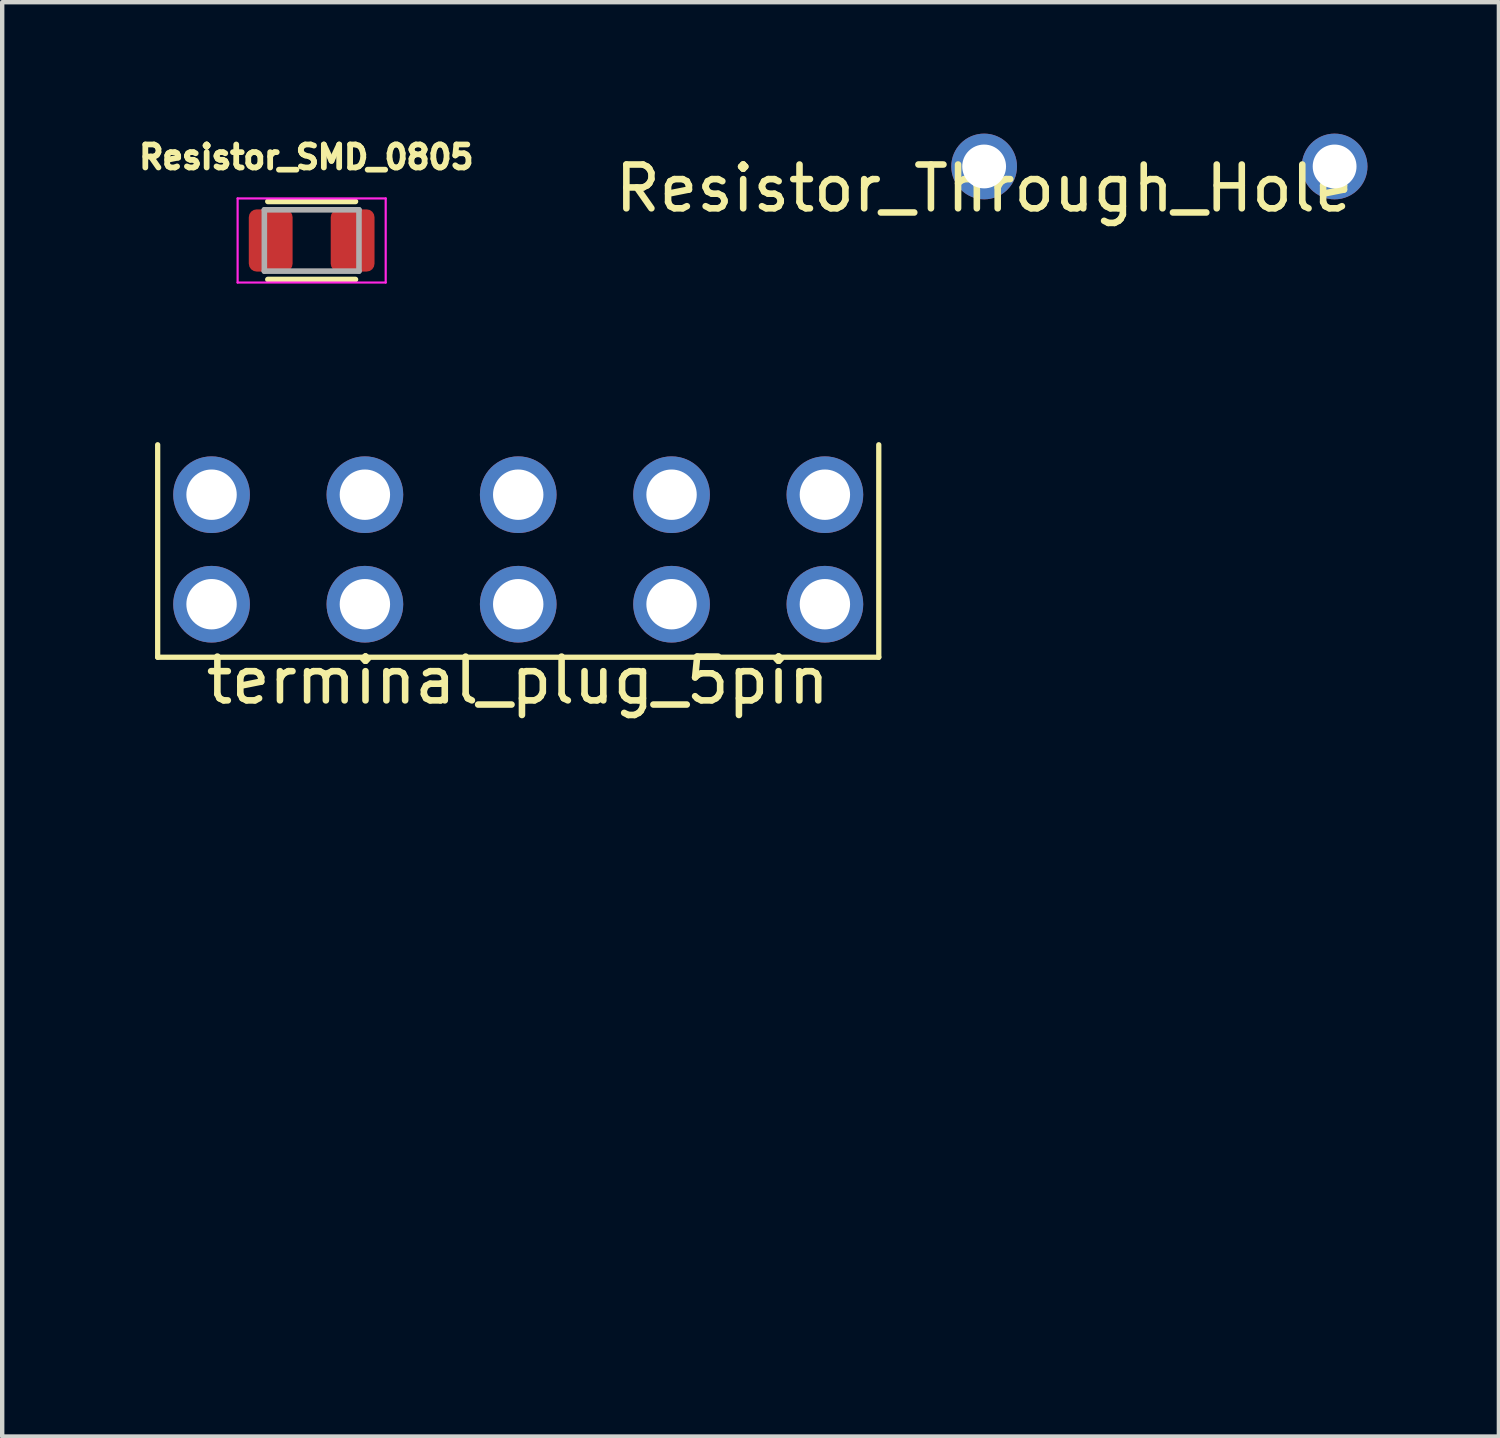
<source format=kicad_pcb>
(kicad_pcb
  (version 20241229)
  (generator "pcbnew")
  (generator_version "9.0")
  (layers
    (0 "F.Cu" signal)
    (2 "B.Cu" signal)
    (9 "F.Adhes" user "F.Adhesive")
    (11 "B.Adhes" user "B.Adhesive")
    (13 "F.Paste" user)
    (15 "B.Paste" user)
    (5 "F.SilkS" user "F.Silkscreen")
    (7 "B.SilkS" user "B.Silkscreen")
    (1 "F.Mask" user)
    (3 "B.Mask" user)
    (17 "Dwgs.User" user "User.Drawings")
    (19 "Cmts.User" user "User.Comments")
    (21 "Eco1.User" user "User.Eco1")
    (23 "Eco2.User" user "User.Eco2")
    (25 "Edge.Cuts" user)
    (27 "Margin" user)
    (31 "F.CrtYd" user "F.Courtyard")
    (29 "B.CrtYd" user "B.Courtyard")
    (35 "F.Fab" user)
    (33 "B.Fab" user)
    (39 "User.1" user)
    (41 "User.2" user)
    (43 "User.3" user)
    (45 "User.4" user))
  (footprint "terminal_plug_5pin"
    (layer "F.Cu")
    (at 8.749 16.582)
    (property "Reference" "terminal_plug_5pin" (at 0.02 -4.1 180) (layer "F.SilkS") (effects (font (size 1 1) (thickness 0.15))))
    (attr through_hole)
    (fp_line (start -8.2 -4.63) (end -8.2 -9.48) (stroke (width 0.12) (type solid)) (layer "F.SilkS"))
    (fp_line (start 8.26 -9.48) (end 8.26 -4.63) (stroke (width 0.12) (type solid)) (layer "F.SilkS"))
    (fp_line (start 8.26 -4.63) (end -8.2 -4.63) (stroke (width 0.12) (type solid)) (layer "F.SilkS"))
    (fp_poly (pts (xy 8.762 10.153) (xy -8.744 10.153) (xy -8.744 9.399) (xy -5.581 9.399) (xy -5.564 9.524) (xy -5.526 9.633) (xy -5.524 9.638) (xy -5.443 9.757) (xy -5.341 9.85) (xy -5.221 9.916) (xy -5.091 9.953) (xy -4.954 9.959) (xy -4.816 9.932) (xy -4.751 9.907) (xy -4.626 9.831) (xy -4.524 9.728) (xy -4.466 9.638) (xy -4.441 9.585) (xy -4.426 9.533) (xy -4.418 9.469) (xy -4.414 9.397) (xy 4.439 9.397) (xy 4.46 9.532) (xy 4.514 9.664) (xy 4.555 9.729) (xy 4.647 9.827) (xy 4.759 9.899) (xy 4.885 9.943) (xy 5.019 9.959) (xy 5.156 9.944) (xy 5.288 9.898) (xy 5.408 9.822) (xy 5.503 9.723) (xy 5.571 9.607) (xy 5.61 9.48) (xy 5.618 9.345) (xy 5.595 9.209) (xy 5.543 9.085) (xy 5.458 8.965) (xy 5.349 8.872) (xy 5.219 8.808) (xy 5.122 8.786) (xy 5.01 8.782) (xy 4.897 8.794) (xy 4.798 8.821) (xy 4.771 8.833) (xy 4.65 8.914) (xy 4.555 9.015) (xy 4.487 9.133) (xy 4.448 9.262) (xy 4.439 9.397) (xy -4.414 9.397) (xy -4.414 9.382) (xy -4.412 9.3) (xy -4.416 9.242) (xy -4.426 9.195) (xy -4.445 9.147) (xy -4.463 9.108) (xy -4.543 8.987) (xy -4.647 8.888) (xy -4.749 8.828) (xy -4.804 8.807) (xy -4.864 8.795) (xy -4.942 8.79) (xy -4.995 8.789) (xy -5.08 8.79) (xy -5.141 8.797) (xy -5.193 8.81) (xy -5.247 8.833) (xy -5.261 8.84) (xy -5.375 8.915) (xy -5.47 9.016) (xy -5.539 9.136) (xy -5.547 9.157) (xy -5.575 9.272) (xy -5.581 9.399) (xy -8.744 9.399) (xy -8.744 6.925) (xy -5.581 6.925) (xy -5.566 7.028) (xy -5.558 7.053) (xy -5.497 7.182) (xy -5.41 7.289) (xy -5.303 7.371) (xy -5.181 7.427) (xy -5.05 7.454) (xy -4.913 7.451) (xy -4.775 7.414) (xy -4.744 7.401) (xy -4.626 7.328) (xy -4.529 7.227) (xy -4.458 7.106) (xy -4.431 7.043) (xy -4.415 6.992) (xy -4.409 6.938) (xy -4.41 6.896) (xy -0.484 6.896) (xy -0.48 6.931) (xy -0.479 6.933) (xy -0.468 6.94) (xy -0.438 6.945) (xy -0.387 6.949) (xy -0.31 6.952) (xy -0.206 6.954) (xy -0.07 6.955) (xy 0.017 6.955) (xy 0.506 6.955) (xy 0.506 6.871) (xy 4.436 6.871) (xy 4.452 7.004) (xy 4.496 7.13) (xy 4.567 7.242) (xy 4.663 7.334) (xy 4.711 7.366) (xy 4.845 7.425) (xy 4.986 7.453) (xy 5.125 7.448) (xy 5.259 7.41) (xy 5.285 7.398) (xy 5.394 7.327) (xy 5.489 7.23) (xy 5.561 7.118) (xy 5.581 7.072) (xy 5.614 6.936) (xy 5.614 6.796) (xy 5.582 6.66) (xy 5.521 6.534) (xy 5.444 6.439) (xy 5.34 6.359) (xy 5.217 6.305) (xy 5.084 6.278) (xy 4.949 6.279) (xy 4.821 6.31) (xy 4.787 6.325) (xy 4.669 6.393) (xy 4.578 6.476) (xy 4.507 6.583) (xy 4.496 6.604) (xy 4.45 6.736) (xy 4.436 6.871) (xy 0.506 6.871) (xy 0.506 6.774) (xy -0.478 6.784) (xy -0.483 6.847) (xy -0.484 6.896) (xy -4.41 6.896) (xy -4.41 6.867) (xy -4.411 6.842) (xy -4.433 6.692) (xy -4.484 6.562) (xy -4.565 6.453) (xy -4.676 6.365) (xy -4.749 6.326) (xy -4.813 6.299) (xy -4.874 6.284) (xy -4.947 6.278) (xy -4.995 6.278) (xy -5.081 6.28) (xy -5.146 6.29) (xy -5.207 6.31) (xy -5.242 6.326) (xy -5.363 6.401) (xy -5.464 6.501) (xy -5.529 6.604) (xy -5.561 6.698) (xy -5.579 6.81) (xy -5.581 6.925) (xy -8.744 6.925) (xy -8.744 3.74) (xy -7.985 3.74) (xy -7.985 5.727) (xy -6.738 5.727) (xy -6.738 3.74) (xy 6.775 3.74) (xy 6.775 5.727) (xy 7.393 5.722) (xy 8.012 5.718) (xy 8.017 4.769) (xy 8.018 4.586) (xy 8.018 4.414) (xy 8.018 4.254) (xy 8.018 4.112) (xy 8.017 3.991) (xy 8.016 3.894) (xy 8.015 3.824) (xy 8.013 3.786) (xy 8.012 3.78) (xy 8.002 3.74) (xy 6.775 3.74) (xy -6.738 3.74) (xy -7.985 3.74) (xy -8.744 3.74) (xy -8.744 1.355) (xy -5.113 1.355) (xy -5.113 2.349) (xy -4.878 2.349) (xy -4.878 1.86) (xy -0.569 1.86) (xy -0.568 1.94) (xy -0.562 1.997) (xy -0.548 2.046) (xy -0.522 2.1) (xy -0.507 2.129) (xy -0.422 2.25) (xy -0.317 2.344) (xy -0.194 2.408) (xy -0.059 2.44) (xy 0.085 2.44) (xy 0.199 2.417) (xy 0.323 2.362) (xy 0.341 2.349) (xy 4.931 2.349) (xy 5.022 2.349) (xy 5.077 2.346) (xy 5.106 2.337) (xy 5.119 2.317) (xy 5.122 2.308) (xy 5.125 2.279) (xy 5.127 2.22) (xy 5.128 2.135) (xy 5.128 2.03) (xy 5.128 1.911) (xy 5.127 1.816) (xy 5.122 1.364) (xy 4.941 1.364) (xy 4.931 2.349) (xy 0.341 2.349) (xy 0.432 2.277) (xy 0.521 2.164) (xy 0.565 2.082) (xy 0.596 1.976) (xy 0.606 1.856) (xy 0.595 1.733) (xy 0.563 1.623) (xy 0.555 1.604) (xy 0.475 1.479) (xy 0.373 1.38) (xy 0.253 1.31) (xy 0.118 1.272) (xy 0.025 1.265) (xy -0.126 1.28) (xy -0.259 1.327) (xy -0.372 1.403) (xy -0.464 1.507) (xy -0.509 1.585) (xy -0.54 1.651) (xy -0.558 1.705) (xy -0.566 1.762) (xy -0.569 1.837) (xy -0.569 1.86) (xy -4.878 1.86) (xy -4.878 1.355) (xy -5.113 1.355) (xy -8.744 1.355) (xy -8.744 -2.299) (xy -1.075 -2.299) (xy -1.07 -2.111) (xy -1.046 -1.976) (xy -0.987 -1.806) (xy -0.896 -1.646) (xy -0.779 -1.501) (xy -0.641 -1.375) (xy -0.486 -1.274) (xy -0.318 -1.202) (xy -0.249 -1.182) (xy -0.136 -1.164) (xy -0.004 -1.158) (xy 0.133 -1.164) (xy 0.258 -1.181) (xy 0.302 -1.191) (xy 0.479 -1.255) (xy 0.643 -1.35) (xy 0.788 -1.473) (xy 0.911 -1.619) (xy 1.008 -1.785) (xy 1.056 -1.905) (xy 1.097 -2.08) (xy 1.107 -2.264) (xy 1.088 -2.449) (xy 1.04 -2.628) (xy 0.965 -2.792) (xy 0.941 -2.831) (xy 0.82 -2.987) (xy 0.678 -3.116) (xy 0.519 -3.216) (xy 0.347 -3.286) (xy 0.166 -3.326) (xy -0.021 -3.335) (xy -0.21 -3.312) (xy -0.398 -3.255) (xy -0.51 -3.203) (xy -0.665 -3.102) (xy -0.798 -2.975) (xy -0.908 -2.827) (xy -0.991 -2.662) (xy -1.048 -2.485) (xy -1.075 -2.299) (xy -8.744 -2.299) (xy -8.744 -6.305) (xy -7.298 -6.305) (xy -7.298 -5.847) (xy -7.298 -5.722) (xy -7.297 -5.609) (xy -7.295 -5.513) (xy -7.292 -5.439) (xy -7.289 -5.392) (xy -7.286 -5.377) (xy -7.264 -5.373) (xy -7.213 -5.37) (xy -7.139 -5.369) (xy -7.048 -5.369) (xy -6.992 -5.37) (xy -6.711 -5.374) (xy -6.706 -5.84) (xy -6.706 -5.883) (xy -3.792 -5.883) (xy -3.792 -5.772) (xy -3.791 -5.664) (xy -3.79 -5.565) (xy -3.788 -5.481) (xy -3.785 -5.418) (xy -3.782 -5.383) (xy -3.781 -5.379) (xy -3.761 -5.374) (xy -3.711 -5.371) (xy -3.638 -5.369) (xy -3.548 -5.369) (xy -3.49 -5.369) (xy -3.207 -5.374) (xy -3.203 -5.725) (xy -0.285 -5.725) (xy -0.285 -5.612) (xy -0.284 -5.516) (xy -0.282 -5.442) (xy -0.28 -5.395) (xy -0.278 -5.38) (xy -0.258 -5.375) (xy -0.208 -5.371) (xy -0.134 -5.368) (xy -0.043 -5.366) (xy 0.019 -5.365) (xy 0.307 -5.365) (xy 0.307 -6.305) (xy 3.234 -6.305) (xy 3.234 -5.365) (xy 3.812 -5.365) (xy 3.812 -6.305) (xy 6.738 -6.305) (xy 6.738 -5.365) (xy 7.032 -5.37) (xy 7.326 -5.374) (xy 7.333 -6.305) (xy 6.738 -6.305) (xy 3.812 -6.305) (xy 3.234 -6.305) (xy 0.307 -6.305) (xy -0.283 -6.305) (xy -0.285 -5.85) (xy -0.285 -5.725) (xy -3.203 -5.725) (xy -3.202 -5.84) (xy -3.197 -6.305) (xy -3.772 -6.305) (xy -3.784 -6.256) (xy -3.787 -6.226) (xy -3.789 -6.168) (xy -3.791 -6.087) (xy -3.792 -5.99) (xy -3.792 -5.883) (xy -6.706 -5.883) (xy -6.702 -6.305) (xy -7.298 -6.305) (xy -8.744 -6.305) (xy -8.744 -8.816) (xy -7.298 -8.816) (xy -7.298 -8.358) (xy -7.298 -8.233) (xy -7.297 -8.12) (xy -7.295 -8.024) (xy -7.292 -7.95) (xy -7.289 -7.903) (xy -7.286 -7.889) (xy -7.265 -7.884) (xy -7.214 -7.881) (xy -7.14 -7.878) (xy -7.049 -7.877) (xy -6.988 -7.877) (xy -6.702 -7.877) (xy -6.702 -8.246) (xy -3.789 -8.246) (xy -3.789 -8.133) (xy -3.788 -8.038) (xy -3.787 -7.964) (xy -3.784 -7.917) (xy -3.782 -7.904) (xy -3.773 -7.893) (xy -3.751 -7.886) (xy -3.71 -7.881) (xy -3.647 -7.878) (xy -3.556 -7.877) (xy -3.485 -7.877) (xy -3.198 -7.877) (xy -3.198 -7.985) (xy -0.279 -7.985) (xy -0.279 -7.933) (xy -0.276 -7.897) (xy -0.275 -7.89) (xy -0.256 -7.885) (xy -0.207 -7.882) (xy -0.134 -7.879) (xy -0.044 -7.877) (xy 0.019 -7.877) (xy 0.307 -7.877) (xy 0.307 -8.816) (xy 3.234 -8.816) (xy 3.234 -7.877) (xy 3.812 -7.877) (xy 3.812 -8.816) (xy 6.738 -8.816) (xy 6.738 -7.876) (xy 7.032 -7.881) (xy 7.326 -7.886) (xy 7.331 -8.31) (xy 7.332 -8.432) (xy 7.332 -8.545) (xy 7.331 -8.641) (xy 7.33 -8.715) (xy 7.328 -8.763) (xy 7.326 -8.775) (xy 7.321 -8.79) (xy 7.311 -8.801) (xy 7.292 -8.809) (xy 7.257 -8.813) (xy 7.201 -8.815) (xy 7.118 -8.816) (xy 7.027 -8.816) (xy 6.738 -8.816) (xy 3.812 -8.816) (xy 3.234 -8.816) (xy 0.307 -8.816) (xy -0.271 -8.816) (xy -0.274 -8.441) (xy -0.275 -8.323) (xy -0.276 -8.211) (xy -0.277 -8.114) (xy -0.278 -8.038) (xy -0.279 -7.99) (xy -0.279 -7.985) (xy -3.198 -7.985) (xy -3.198 -8.817) (xy -3.491 -8.812) (xy -3.785 -8.807) (xy -3.789 -8.369) (xy -3.789 -8.246) (xy -6.702 -8.246) (xy -6.702 -8.816) (xy -7.298 -8.816) (xy -8.744 -8.816) (xy -8.744 -10.153) (xy 8.762 -10.153) (xy 8.762 10.153)) (stroke (width 0.01) (type solid)) (fill no) (layer "Eco1.User"))
    (pad "1" thru_hole circle (at -6.97 -8.34) (size 1.75 1.75) (drill 1.15) (layers "*.Cu" "*.Mask"))
    (pad "1" thru_hole circle (at -6.97 -5.84) (size 1.75 1.75) (drill 1.15) (layers "*.Cu" "*.Mask"))
    (pad "2" thru_hole circle (at -3.47 -8.34) (size 1.75 1.75) (drill 1.15) (layers "*.Cu" "*.Mask"))
    (pad "2" thru_hole circle (at -3.47 -5.84) (size 1.75 1.75) (drill 1.15) (layers "*.Cu" "*.Mask"))
    (pad "3" thru_hole circle (at 0.03 -8.34) (size 1.75 1.75) (drill 1.15) (layers "*.Cu" "*.Mask"))
    (pad "3" thru_hole circle (at 0.03 -5.84) (size 1.75 1.75) (drill 1.15) (layers "*.Cu" "*.Mask"))
    (pad "4" thru_hole circle (at 3.53 -8.34) (size 1.75 1.75) (drill 1.15) (layers "*.Cu" "*.Mask"))
    (pad "4" thru_hole circle (at 3.53 -5.84) (size 1.75 1.75) (drill 1.15) (layers "*.Cu" "*.Mask"))
    (pad "5" thru_hole circle (at 7.03 -8.34) (size 1.75 1.75) (drill 1.15) (layers "*.Cu" "*.Mask"))
    (pad "5" thru_hole circle (at 7.03 -5.84) (size 1.75 1.75) (drill 1.15) (layers "*.Cu" "*.Mask")))
  (footprint "Resistor_SMD_0805"
    (layer "F.Cu")
    (at 4.064 2.439)
    (property "Reference" "Resistor_SMD_0805" (at -0.122 -1.902 0) (layer "F.SilkS") (effects (font (size 0.525 0.525) (thickness 0.131))))
    (attr through_hole)
    (fp_line (start -1 -0.89) (end 1 -0.89) (stroke (width 0.127) (type solid)) (layer "F.SilkS"))
    (fp_line (start -1 0.89) (end 1 0.89) (stroke (width 0.127) (type solid)) (layer "F.SilkS"))
    (fp_line (start -1.69 -0.96) (end 1.69 -0.96) (stroke (width 0.05) (type solid)) (layer "F.CrtYd"))
    (fp_line (start -1.69 0.96) (end -1.69 -0.96) (stroke (width 0.05) (type solid)) (layer "F.CrtYd"))
    (fp_line (start 1.69 -0.96) (end 1.69 0.96) (stroke (width 0.05) (type solid)) (layer "F.CrtYd"))
    (fp_line (start 1.69 0.96) (end -1.69 0.96) (stroke (width 0.05) (type solid)) (layer "F.CrtYd"))
    (fp_line (start -1.08 -0.7) (end -1.08 0.7) (stroke (width 0.127) (type solid)) (layer "F.Fab"))
    (fp_line (start -1.08 -0.7) (end 1.08 -0.7) (stroke (width 0.127) (type solid)) (layer "F.Fab"))
    (fp_line (start -1.08 0.7) (end 1.08 0.7) (stroke (width 0.127) (type solid)) (layer "F.Fab"))
    (fp_line (start 1.08 -0.7) (end 1.08 0.7) (stroke (width 0.127) (type solid)) (layer "F.Fab"))
    (pad "1" smd roundrect (at -0.935 0) (size 1 1.42) (layers "F.Cu" "F.Mask" "F.Paste") (roundrect_rratio 0.18))
    (pad "2" smd roundrect (at 0.935 0) (size 1 1.42) (layers "F.Cu" "F.Mask" "F.Paste") (roundrect_rratio 0.18)))
  (footprint "Resistor_Through_Hole"
    (layer "F.Cu")
    (at 19.414 0.75)
    (property "Reference" "Resistor_Through_Hole" (at 0 0.5 0) (layer "F.SilkS") (effects (font (size 1 1) (thickness 0.15))))
    (attr through_hole)
    (pad "1" thru_hole circle (at 0 0) (size 1.5 1.5) (drill 1) (layers "*.Cu" "*.Mask"))
    (pad "2" thru_hole circle (at 8 0) (size 1.5 1.5) (drill 1) (layers "*.Cu" "*.Mask")))
  (gr_rect
    (start -3 -3)
    (end 31.164 29.74)
    (stroke (width 0.1) (type default))
    (fill no)
    (layer "Edge.Cuts")))
</source>
